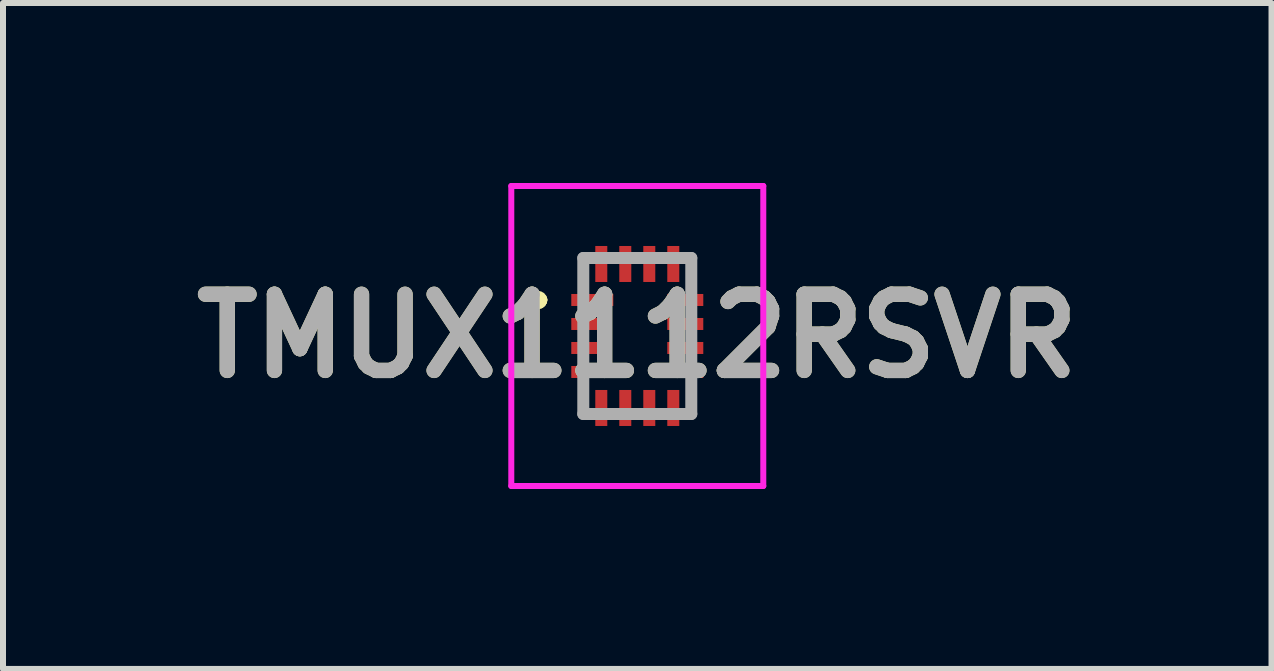
<source format=kicad_pcb>
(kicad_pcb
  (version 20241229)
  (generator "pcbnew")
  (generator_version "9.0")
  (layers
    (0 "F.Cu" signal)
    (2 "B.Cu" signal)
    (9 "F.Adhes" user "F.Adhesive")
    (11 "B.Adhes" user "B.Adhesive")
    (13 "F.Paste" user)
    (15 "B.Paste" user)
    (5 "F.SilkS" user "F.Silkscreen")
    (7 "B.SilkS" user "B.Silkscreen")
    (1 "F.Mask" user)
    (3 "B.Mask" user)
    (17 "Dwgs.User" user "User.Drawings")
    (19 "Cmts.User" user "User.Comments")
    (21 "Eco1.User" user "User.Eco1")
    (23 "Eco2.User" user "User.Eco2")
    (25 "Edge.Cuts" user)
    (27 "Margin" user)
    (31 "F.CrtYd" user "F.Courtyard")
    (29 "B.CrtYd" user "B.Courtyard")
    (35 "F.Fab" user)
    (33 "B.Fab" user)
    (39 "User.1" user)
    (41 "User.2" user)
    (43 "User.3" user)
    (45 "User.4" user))
  (footprint "TMUX1112RSVR"
    (layer "F.Cu")
    (at 7.572 2.55)
    (property "Reference" "TMUX1112RSVR" (at 0 0 0) (layer "F.SilkS") (effects (font (size 1.27 1.27) (thickness 0.254))))
    (attr smd)
    (fp_line (start -1.7 -0.6) (end -1.7 -0.6) (stroke (width 0.2) (type solid)) (layer "F.SilkS"))
    (fp_line (start -1.7 -0.6) (end -1.7 -0.6) (stroke (width 0.2) (type solid)) (layer "F.SilkS"))
    (fp_line (start -1.6 -0.6) (end -1.6 -0.6) (stroke (width 0.2) (type solid)) (layer "F.SilkS"))
    (fp_arc (start -1.7 -0.6) (mid -1.65 -0.65) (end -1.6 -0.6) (stroke (width 0.2) (type solid)) (layer "F.SilkS"))
    (fp_arc (start -1.6 -0.6) (mid -1.65 -0.55) (end -1.7 -0.6) (stroke (width 0.2) (type solid)) (layer "F.SilkS"))
    (fp_arc (start -1.6 -0.6) (mid -1.65 -0.55) (end -1.7 -0.6) (stroke (width 0.2) (type solid)) (layer "F.SilkS"))
    (fp_line (start -2.1 -2.5) (end 2.1 -2.5) (stroke (width 0.1) (type solid)) (layer "F.CrtYd"))
    (fp_line (start -2.1 2.5) (end -2.1 -2.5) (stroke (width 0.1) (type solid)) (layer "F.CrtYd"))
    (fp_line (start 2.1 -2.5) (end 2.1 2.5) (stroke (width 0.1) (type solid)) (layer "F.CrtYd"))
    (fp_line (start 2.1 2.5) (end -2.1 2.5) (stroke (width 0.1) (type solid)) (layer "F.CrtYd"))
    (fp_line (start -0.9 -1.3) (end -0.9 1.3) (stroke (width 0.2) (type solid)) (layer "F.Fab"))
    (fp_line (start -0.9 1.3) (end 0.9 1.3) (stroke (width 0.2) (type solid)) (layer "F.Fab"))
    (fp_line (start 0.9 -1.3) (end -0.9 -1.3) (stroke (width 0.2) (type solid)) (layer "F.Fab"))
    (fp_line (start 0.9 1.3) (end 0.9 -1.3) (stroke (width 0.2) (type solid)) (layer "F.Fab"))
    (fp_text user "${REFERENCE}" (at 0 0 0) (layer "F.Fab") (effects (font (size 1.27 1.27) (thickness 0.254))))
    (pad "1" smd rect (at -0.75 -0.6 90) (size 0.2 0.7) (layers "F.Cu" "F.Mask" "F.Paste"))
    (pad "2" smd rect (at -0.8 -0.2 90) (size 0.2 0.6) (layers "F.Cu" "F.Mask" "F.Paste"))
    (pad "3" smd rect (at -0.8 0.2 90) (size 0.2 0.6) (layers "F.Cu" "F.Mask" "F.Paste"))
    (pad "4" smd rect (at -0.8 0.6 90) (size 0.2 0.6) (layers "F.Cu" "F.Mask" "F.Paste"))
    (pad "5" smd rect (at -0.6 1.2) (size 0.2 0.6) (layers "F.Cu" "F.Mask" "F.Paste"))
    (pad "6" smd rect (at -0.2 1.2) (size 0.2 0.6) (layers "F.Cu" "F.Mask" "F.Paste"))
    (pad "7" smd rect (at 0.2 1.2) (size 0.2 0.6) (layers "F.Cu" "F.Mask" "F.Paste"))
    (pad "8" smd rect (at 0.6 1.2) (size 0.2 0.6) (layers "F.Cu" "F.Mask" "F.Paste"))
    (pad "9" smd rect (at 0.8 0.6 90) (size 0.2 0.6) (layers "F.Cu" "F.Mask" "F.Paste"))
    (pad "10" smd rect (at 0.8 0.2 90) (size 0.2 0.6) (layers "F.Cu" "F.Mask" "F.Paste"))
    (pad "11" smd rect (at 0.8 -0.2 90) (size 0.2 0.6) (layers "F.Cu" "F.Mask" "F.Paste"))
    (pad "12" smd rect (at 0.8 -0.6 90) (size 0.2 0.6) (layers "F.Cu" "F.Mask" "F.Paste"))
    (pad "13" smd rect (at 0.6 -1.2) (size 0.2 0.6) (layers "F.Cu" "F.Mask" "F.Paste"))
    (pad "14" smd rect (at 0.2 -1.2) (size 0.2 0.6) (layers "F.Cu" "F.Mask" "F.Paste"))
    (pad "15" smd rect (at -0.2 -1.2) (size 0.2 0.6) (layers "F.Cu" "F.Mask" "F.Paste"))
    (pad "16" smd rect (at -0.6 -1.2) (size 0.2 0.6) (layers "F.Cu" "F.Mask" "F.Paste")))
  (gr_rect
    (start -3 -3)
    (end 18.143 8.1)
    (stroke (width 0.1) (type default))
    (fill no)
    (layer "Edge.Cuts")))
</source>
